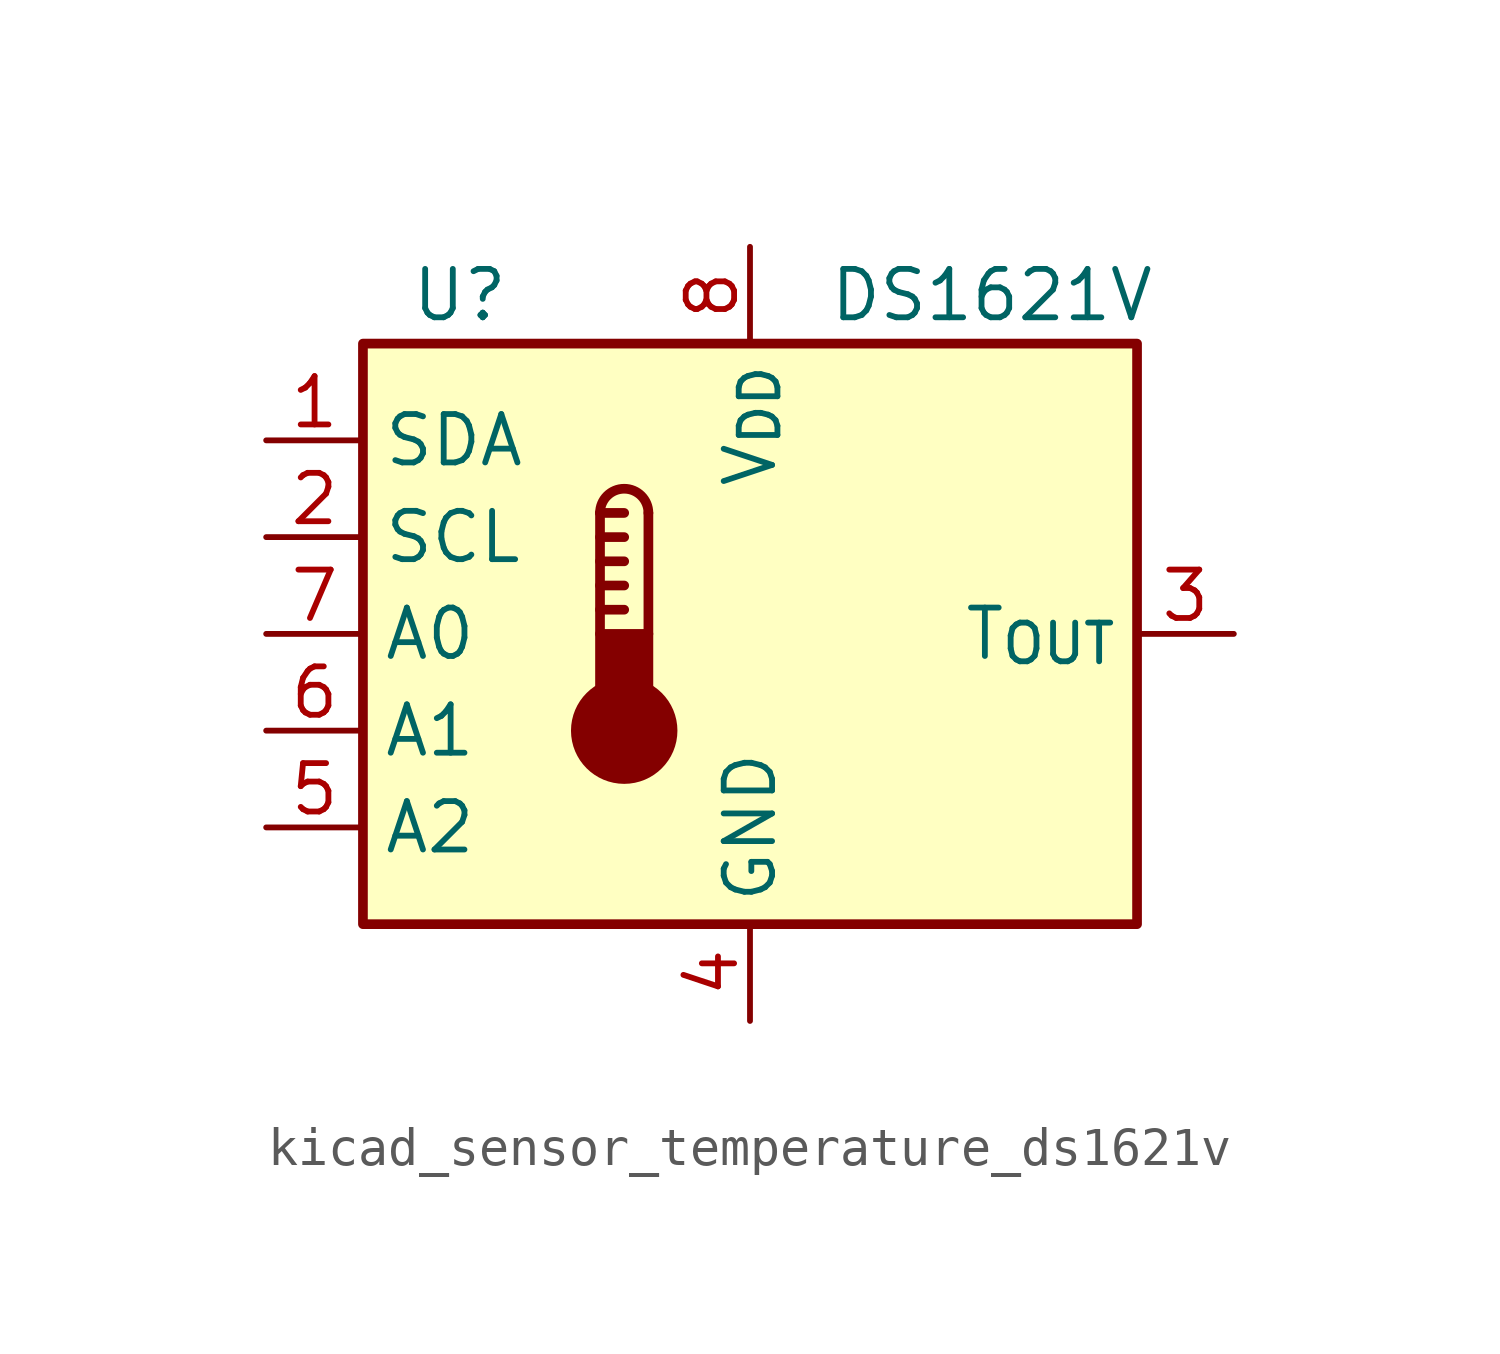
<source format=kicad_sym>
(kicad_symbol_lib
  (version 20220914)
  (generator kicad_symbol_editor)
  (symbol "kicad_sensor_temperature_ds1621v"
    (property "Reference" "U"
      (at -7.62 8.89 0)
      (effects (font (size 1.27 1.27))))
    (property "Value" "DS1621V"
      (at 6.35 8.89 0)
      (effects (font (size 1.27 1.27))))
    (symbol "kicad_sensor_temperature_ds1621v_0_1"
      (rectangle (start -10.16 7.62) (end 10.16 -7.62) (stroke (width 0.254) (type default)) (fill (type background)))
      (circle (center -3.302 -2.54) (radius 1.27) (stroke (width 0.254) (type default)) (fill (type outline)))
      (rectangle (start -2.667 -1.905) (end -3.937 0) (stroke (width 0.254) (type default)) (fill (type outline)))
      (arc (start -2.667 3.175) (mid -3.302 3.8073) (end -3.937 3.175) (stroke (width 0.254) (type default)) (fill (type none)))
      (polyline (pts (xy -3.937 0.635) (xy -3.302 0.635)) (stroke (width 0.254) (type default)) (fill (type none)))
      (polyline (pts (xy -3.937 1.27) (xy -3.302 1.27)) (stroke (width 0.254) (type default)) (fill (type none)))
      (polyline (pts (xy -3.937 1.905) (xy -3.302 1.905)) (stroke (width 0.254) (type default)) (fill (type none)))
      (polyline (pts (xy -3.937 2.54) (xy -3.302 2.54)) (stroke (width 0.254) (type default)) (fill (type none)))
      (polyline (pts (xy -3.937 3.175) (xy -3.937 0)) (stroke (width 0.254) (type default)) (fill (type none)))
      (polyline (pts (xy -3.937 3.175) (xy -3.302 3.175)) (stroke (width 0.254) (type default)) (fill (type none)))
      (polyline (pts (xy -2.667 3.175) (xy -2.667 0)) (stroke (width 0.254) (type default)) (fill (type none))))
    (symbol "kicad_sensor_temperature_ds1621v_1_1"
      (pin bidirectional line (at -12.7 5.08 0) (length 2.54) (name "SDA" (effects (font (size 1.27 1.27)))) (number "1" (effects (font (size 1.27 1.27)))))
      (pin input line (at -12.7 2.54 0) (length 2.54) (name "SCL" (effects (font (size 1.27 1.27)))) (number "2" (effects (font (size 1.27 1.27)))))
      (pin output line (at 12.7 0 180) (length 2.54) (name "T_{OUT}" (effects (font (size 1.27 1.27)))) (number "3" (effects (font (size 1.27 1.27)))))
      (pin power_in line (at 0 -10.16 90) (length 2.54) (name "GND" (effects (font (size 1.27 1.27)))) (number "4" (effects (font (size 1.27 1.27)))))
      (pin input line (at -12.7 -5.08 0) (length 2.54) (name "A2" (effects (font (size 1.27 1.27)))) (number "5" (effects (font (size 1.27 1.27)))))
      (pin input line (at -12.7 -2.54 0) (length 2.54) (name "A1" (effects (font (size 1.27 1.27)))) (number "6" (effects (font (size 1.27 1.27)))))
      (pin input line (at -12.7 0 0) (length 2.54) (name "A0" (effects (font (size 1.27 1.27)))) (number "7" (effects (font (size 1.27 1.27)))))
      (pin power_in line (at 0 10.16 270) (length 2.54) (name "V_{DD}" (effects (font (size 1.27 1.27)))) (number "8" (effects (font (size 1.27 1.27))))))))
</source>
